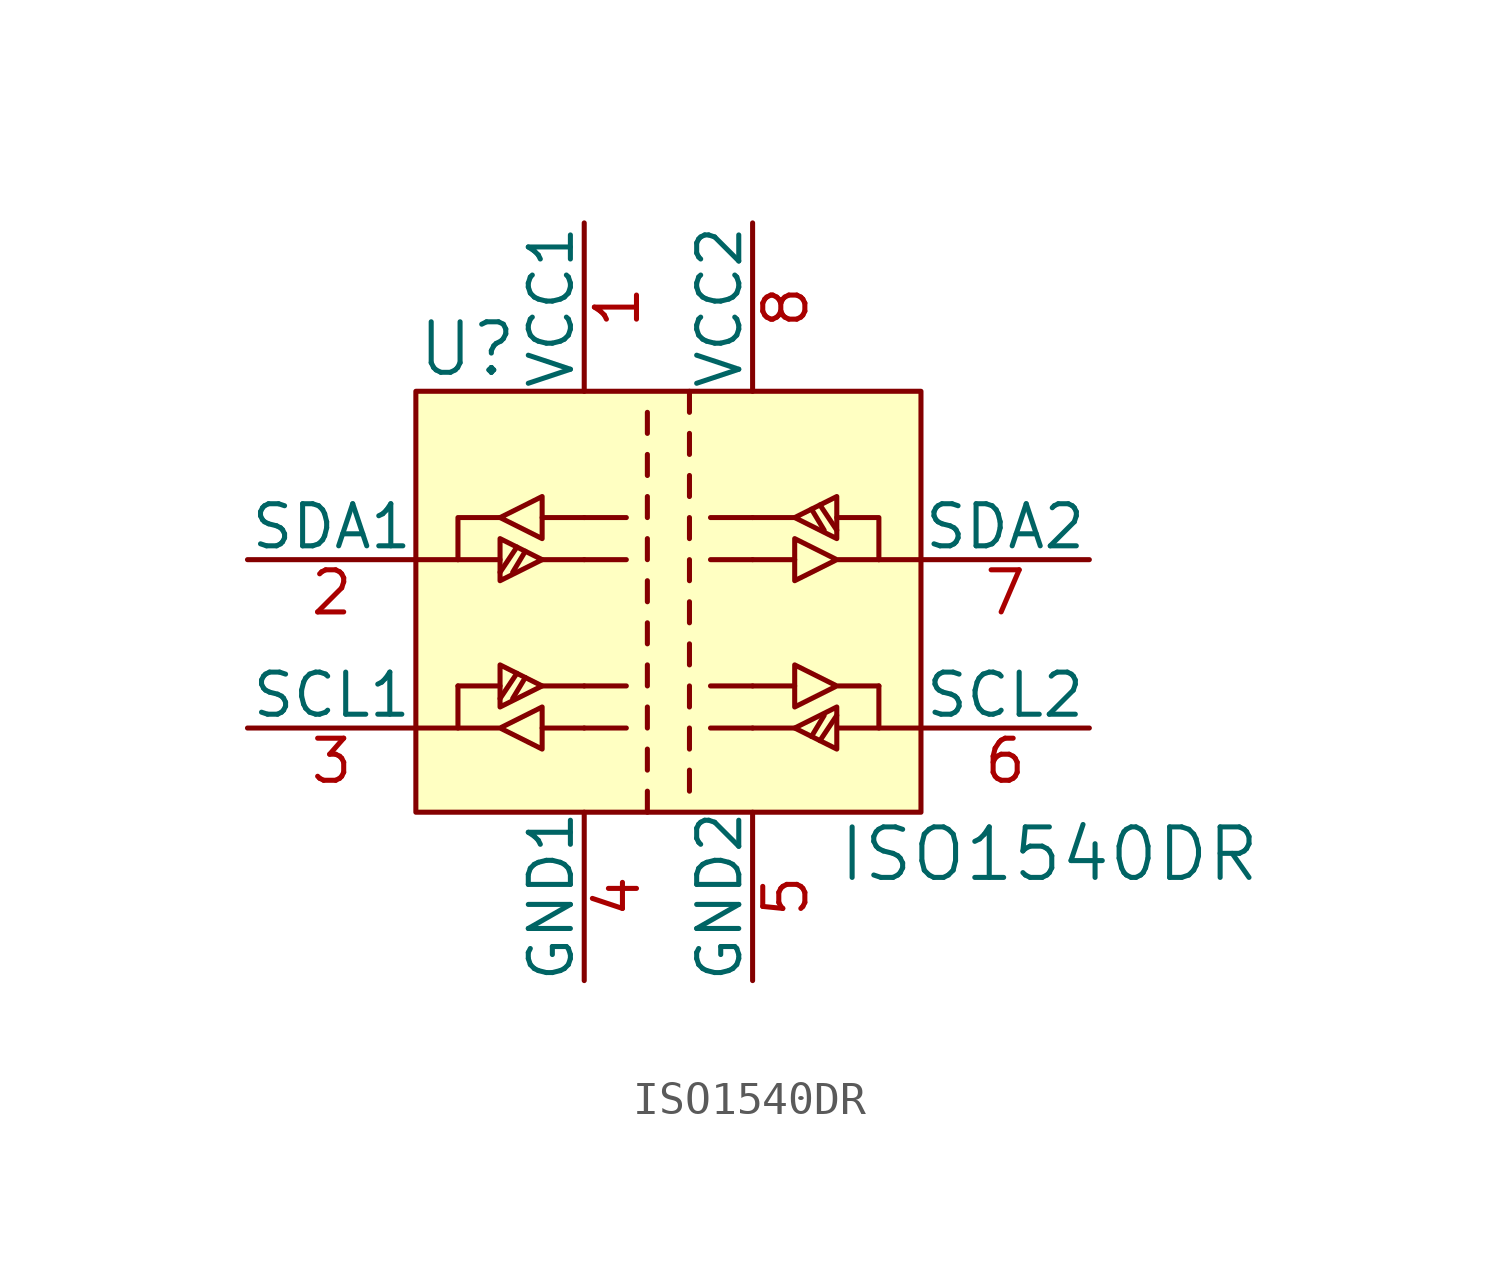
<source format=kicad_sym>
(kicad_symbol_lib
  (version 20231120)
  (generator "kicad_symbol_editor")
  (generator_version "8.0")
  (symbol "ISO1540DR"
    (pin_names
      (offset 0))
    (property "Reference" "U"
      (at -7.62 8.89 0)
      (effects (font (size 1.524 1.524)) (justify left)))
    (property "Value" "ISO1540DR"
      (at 5.08 -6.35 0)
      (effects (font (size 1.524 1.524)) (justify left)))
    (symbol "ISO1540DR_0_1"
      (rectangle (start -7.62 -2.54) (end -6.35 -2.54) (stroke (width 0) (type solid)) (fill (type none)))
      (rectangle (start -7.62 2.54) (end -6.35 2.54) (stroke (width 0) (type solid)) (fill (type none)))
      (rectangle (start -7.62 7.62) (end 7.62 -5.08) (stroke (width 0) (type solid)) (fill (type background)))
      (rectangle (start -2.54 -2.54) (end -1.27 -2.54) (stroke (width 0) (type solid)) (fill (type none)))
      (rectangle (start -2.54 -1.27) (end -1.27 -1.27) (stroke (width 0) (type solid)) (fill (type none)))
      (rectangle (start -2.54 3.81) (end -1.27 3.81) (stroke (width 0) (type solid)) (fill (type none)))
      (rectangle (start -1.27 2.54) (end -2.54 2.54) (stroke (width 0) (type solid)) (fill (type none)))
      (rectangle (start -0.635 -5.08) (end -0.635 -4.445) (stroke (width 0) (type solid)) (fill (type none)))
      (rectangle (start -0.635 -3.81) (end -0.635 -3.175) (stroke (width 0) (type solid)) (fill (type none)))
      (rectangle (start -0.635 -2.54) (end -0.635 -1.905) (stroke (width 0) (type solid)) (fill (type none)))
      (rectangle (start -0.635 -1.27) (end -0.635 -0.635) (stroke (width 0) (type solid)) (fill (type none)))
      (rectangle (start -0.635 0) (end -0.635 0.635) (stroke (width 0) (type solid)) (fill (type none)))
      (rectangle (start -0.635 1.27) (end -0.635 1.905) (stroke (width 0) (type solid)) (fill (type none)))
      (rectangle (start -0.635 2.54) (end -0.635 3.175) (stroke (width 0) (type solid)) (fill (type none)))
      (rectangle (start -0.635 4.445) (end -0.635 3.81) (stroke (width 0) (type solid)) (fill (type none)))
      (rectangle (start -0.635 5.08) (end -0.635 5.715) (stroke (width 0) (type solid)) (fill (type none)))
      (rectangle (start -0.635 6.35) (end -0.635 6.985) (stroke (width 0) (type solid)) (fill (type none)))
      (polyline (pts (xy -6.35 -1.27) (xy -5.08 -1.27)) (stroke (width 0) (type solid)) (fill (type none)))
      (polyline (pts (xy -6.35 2.54) (xy -5.08 2.54)) (stroke (width 0) (type solid)) (fill (type none)))
      (polyline (pts (xy -4.572 -0.889) (xy -5.08 -1.651)) (stroke (width 0) (type solid)) (fill (type none)))
      (polyline (pts (xy -4.572 2.921) (xy -5.08 2.159)) (stroke (width 0) (type solid)) (fill (type none)))
      (polyline (pts (xy -4.318 -1.016) (xy -4.699 -1.651)) (stroke (width 0) (type solid)) (fill (type none)))
      (polyline (pts (xy -4.318 2.794) (xy -4.699 2.159)) (stroke (width 0) (type solid)) (fill (type none)))
      (polyline (pts (xy -3.81 -2.54) (xy -2.54 -2.54)) (stroke (width 0) (type solid)) (fill (type none)))
      (polyline (pts (xy -3.81 -1.27) (xy -2.54 -1.27)) (stroke (width 0) (type solid)) (fill (type none)))
      (polyline (pts (xy -3.81 2.54) (xy -2.54 2.54)) (stroke (width 0) (type solid)) (fill (type none)))
      (polyline (pts (xy -3.81 3.81) (xy -2.54 3.81)) (stroke (width 0) (type solid)) (fill (type none)))
      (polyline (pts (xy 3.81 -2.54) (xy 2.54 -2.54)) (stroke (width 0) (type solid)) (fill (type none)))
      (polyline (pts (xy 3.81 -1.27) (xy 2.54 -1.27)) (stroke (width 0) (type solid)) (fill (type none)))
      (polyline (pts (xy 3.81 2.54) (xy 2.54 2.54)) (stroke (width 0) (type solid)) (fill (type none)))
      (polyline (pts (xy 3.81 3.81) (xy 2.54 3.81)) (stroke (width 0) (type solid)) (fill (type none)))
      (polyline (pts (xy 4.318 -2.794) (xy 4.699 -2.159)) (stroke (width 0) (type solid)) (fill (type none)))
      (polyline (pts (xy 4.318 4.064) (xy 4.699 3.429)) (stroke (width 0) (type solid)) (fill (type none)))
      (polyline (pts (xy 4.572 -2.921) (xy 5.08 -2.159)) (stroke (width 0) (type solid)) (fill (type none)))
      (polyline (pts (xy 4.572 4.191) (xy 5.08 3.429)) (stroke (width 0) (type solid)) (fill (type none)))
      (polyline (pts (xy -6.35 2.54) (xy -6.35 3.81) (xy -5.08 3.81)) (stroke (width 0) (type solid)) (fill (type none)))
      (polyline (pts (xy 5.08 3.81) (xy 6.35 3.81) (xy 6.35 2.54)) (stroke (width 0) (type solid)) (fill (type none)))
      (polyline (pts (xy -5.08 -0.635) (xy -5.08 -1.905) (xy -3.81 -1.27) (xy -5.08 -0.635)) (stroke (width 0) (type solid)) (fill (type none)))
      (polyline (pts (xy -5.08 3.175) (xy -5.08 1.905) (xy -3.81 2.54) (xy -5.08 3.175)) (stroke (width 0) (type solid)) (fill (type none)))
      (polyline (pts (xy -5.08 3.81) (xy -3.81 3.175) (xy -3.81 4.445) (xy -5.08 3.81)) (stroke (width 0) (type solid)) (fill (type none)))
      (polyline (pts (xy 3.81 3.81) (xy 5.08 3.175) (xy 5.08 4.445) (xy 3.81 3.81)) (stroke (width 0) (type solid)) (fill (type none)))
      (polyline (pts (xy 6.35 -1.27) (xy 5.08 -1.27) (xy 3.81 -1.905) (xy 3.81 -0.635) (xy 5.08 -1.27)) (stroke (width 0) (type solid)) (fill (type none)))
      (polyline (pts (xy 6.35 2.54) (xy 5.08 2.54) (xy 3.81 3.175) (xy 3.81 1.905) (xy 5.08 2.54)) (stroke (width 0) (type solid)) (fill (type none)))
      (polyline (pts (xy -6.35 -1.27) (xy -6.35 -2.54) (xy -5.08 -2.54) (xy -3.81 -1.905) (xy -3.81 -3.175) (xy -5.08 -2.54)) (stroke (width 0) (type solid)) (fill (type none)))
      (polyline (pts (xy 6.35 -1.27) (xy 6.35 -2.54) (xy 5.08 -2.54) (xy 5.08 -1.905) (xy 3.81 -2.54) (xy 5.08 -3.175) (xy 5.08 -2.54)) (stroke (width 0) (type solid)) (fill (type none)))
      (rectangle (start 0.635 -4.445) (end 0.635 -3.81) (stroke (width 0) (type solid)) (fill (type none)))
      (rectangle (start 0.635 -3.175) (end 0.635 -2.54) (stroke (width 0) (type solid)) (fill (type none)))
      (rectangle (start 0.635 -1.905) (end 0.635 -1.27) (stroke (width 0) (type solid)) (fill (type none)))
      (rectangle (start 0.635 -0.635) (end 0.635 0) (stroke (width 0) (type solid)) (fill (type none)))
      (rectangle (start 0.635 0.635) (end 0.635 1.27) (stroke (width 0) (type solid)) (fill (type none)))
      (rectangle (start 0.635 1.905) (end 0.635 2.54) (stroke (width 0) (type solid)) (fill (type none)))
      (rectangle (start 0.635 3.175) (end 0.635 3.81) (stroke (width 0) (type solid)) (fill (type none)))
      (rectangle (start 0.635 4.445) (end 0.635 5.08) (stroke (width 0) (type solid)) (fill (type none)))
      (rectangle (start 0.635 5.715) (end 0.635 6.35) (stroke (width 0) (type solid)) (fill (type none)))
      (rectangle (start 0.635 6.985) (end 0.635 7.62) (stroke (width 0) (type solid)) (fill (type none)))
      (rectangle (start 2.54 -2.54) (end 1.27 -2.54) (stroke (width 0) (type solid)) (fill (type none)))
      (rectangle (start 2.54 -1.27) (end 1.27 -1.27) (stroke (width 0) (type solid)) (fill (type none)))
      (rectangle (start 2.54 2.54) (end 1.27 2.54) (stroke (width 0) (type solid)) (fill (type none)))
      (rectangle (start 2.54 3.81) (end 1.27 3.81) (stroke (width 0) (type solid)) (fill (type none)))
      (rectangle (start 7.62 -2.54) (end 6.35 -2.54) (stroke (width 0) (type solid)) (fill (type none)))
      (rectangle (start 7.62 2.54) (end 6.35 2.54) (stroke (width 0) (type solid)) (fill (type none))))
    (symbol "ISO1540DR_1_1"
      (pin power_in line (at -2.54 12.7 270) (length 5.08) (name "VCC1" (effects (font (size 1.27 1.27)))) (number "1" (effects (font (size 1.27 1.27)))))
      (pin bidirectional line (at -12.7 2.54 0) (length 5.08) (name "SDA1" (effects (font (size 1.27 1.27)))) (number "2" (effects (font (size 1.27 1.27)))))
      (pin bidirectional line (at -12.7 -2.54 0) (length 5.08) (name "SCL1" (effects (font (size 1.27 1.27)))) (number "3" (effects (font (size 1.27 1.27)))))
      (pin power_in line (at -2.54 -10.16 90) (length 5.08) (name "GND1" (effects (font (size 1.27 1.27)))) (number "4" (effects (font (size 1.27 1.27)))))
      (pin power_in line (at 2.54 -10.16 90) (length 5.08) (name "GND2" (effects (font (size 1.27 1.27)))) (number "5" (effects (font (size 1.27 1.27)))))
      (pin bidirectional line (at 12.7 -2.54 180) (length 5.08) (name "SCL2" (effects (font (size 1.27 1.27)))) (number "6" (effects (font (size 1.27 1.27)))))
      (pin bidirectional line (at 12.7 2.54 180) (length 5.08) (name "SDA2" (effects (font (size 1.27 1.27)))) (number "7" (effects (font (size 1.27 1.27)))))
      (pin power_in line (at 2.54 12.7 270) (length 5.08) (name "VCC2" (effects (font (size 1.27 1.27)))) (number "8" (effects (font (size 1.27 1.27))))))))
</source>
